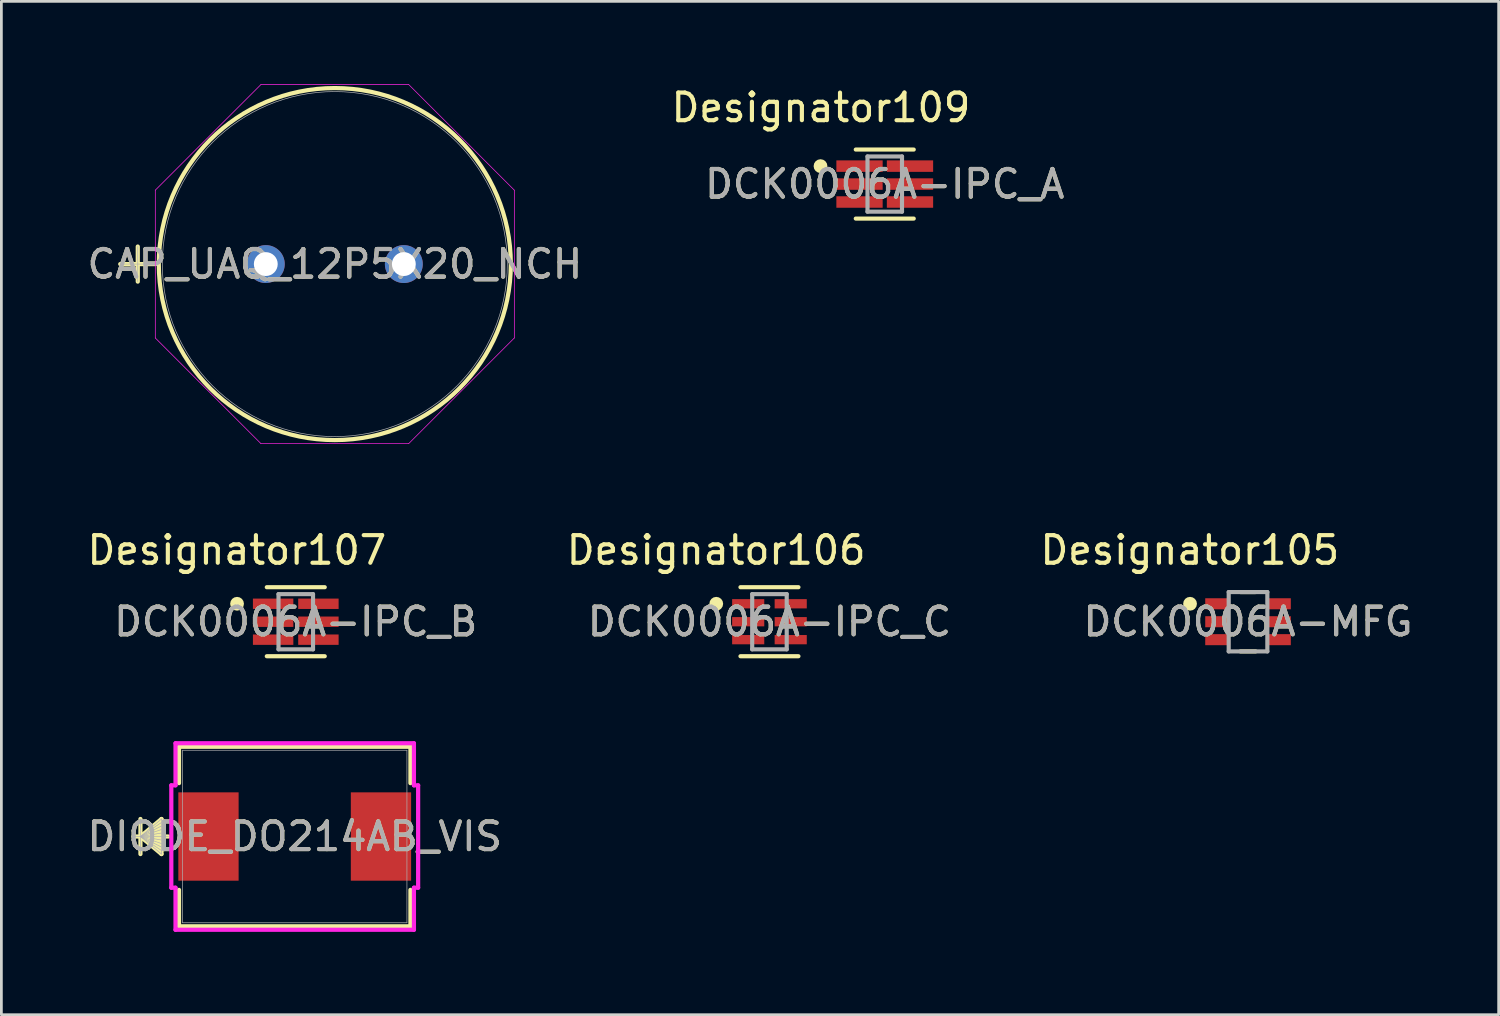
<source format=kicad_pcb>
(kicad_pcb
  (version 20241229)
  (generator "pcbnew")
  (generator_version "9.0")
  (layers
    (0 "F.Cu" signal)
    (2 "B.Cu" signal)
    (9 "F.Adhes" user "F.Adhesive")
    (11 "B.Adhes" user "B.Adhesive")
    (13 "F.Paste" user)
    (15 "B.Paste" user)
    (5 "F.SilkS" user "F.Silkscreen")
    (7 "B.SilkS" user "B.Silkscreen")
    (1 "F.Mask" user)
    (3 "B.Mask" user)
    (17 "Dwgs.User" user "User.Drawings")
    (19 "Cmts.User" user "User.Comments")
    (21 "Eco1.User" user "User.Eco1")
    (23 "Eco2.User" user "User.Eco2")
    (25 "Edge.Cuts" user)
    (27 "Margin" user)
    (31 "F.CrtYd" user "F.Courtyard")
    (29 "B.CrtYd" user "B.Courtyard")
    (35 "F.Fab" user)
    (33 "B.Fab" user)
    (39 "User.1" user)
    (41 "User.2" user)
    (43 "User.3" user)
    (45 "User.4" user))
  (footprint "DCK0006A-IPC_C"
    (layer "F.Cu")
    (at 24.82 19.469)
    (property "Reference" "DCK0006A-IPC_C" (at 0 0 0) (unlocked yes) (layer "F.SilkS") (effects (font (size 1 1) (thickness 0.15))))
    (attr smd)
    (fp_line (start -1.05 -1.25) (end 1.05 -1.25) (stroke (width 0.15) (type solid)) (layer "F.SilkS"))
    (fp_line (start -1.05 1.25) (end 1.05 1.25) (stroke (width 0.15) (type solid)) (layer "F.SilkS"))
    (fp_circle (center -1.927 -0.65) (end -1.802 -0.65) (stroke (width 0.25) (type solid)) (fill no) (layer "F.SilkS"))
    (fp_line (start -0.625 -1) (end 0.625 -1) (stroke (width 0.15) (type solid)) (layer "F.Fab"))
    (fp_line (start -0.625 1) (end -0.625 -1) (stroke (width 0.15) (type solid)) (layer "F.Fab"))
    (fp_line (start -0.625 1) (end 0.625 1) (stroke (width 0.15) (type solid)) (layer "F.Fab"))
    (fp_line (start 0.625 1) (end 0.625 -1) (stroke (width 0.15) (type solid)) (layer "F.Fab"))
    (fp_text user "Designator106" (at -1.93 -2.591 0) (unlocked yes) (layer "F.SilkS") (effects (font (size 1 1) (thickness 0.15))))
    (fp_text user "${REFERENCE}" (at 0 0 0) (unlocked yes) (layer "F.Fab") (effects (font (size 1 1) (thickness 0.15))))
    (pad "1" smd rect (at -0.77 -0.65) (size 1.164 0.336) (layers "F.Cu" "F.Mask" "F.Paste"))
    (pad "2" smd rect (at -0.77 0) (size 1.164 0.336) (layers "F.Cu" "F.Mask" "F.Paste"))
    (pad "3" smd rect (at -0.77 0.65) (size 1.164 0.336) (layers "F.Cu" "F.Mask" "F.Paste"))
    (pad "4" smd rect (at 0.77 0.65) (size 1.164 0.336) (layers "F.Cu" "F.Mask" "F.Paste"))
    (pad "5" smd rect (at 0.77 0) (size 1.164 0.336) (layers "F.Cu" "F.Mask" "F.Paste"))
    (pad "6" smd rect (at 0.77 -0.65) (size 1.164 0.336) (layers "F.Cu" "F.Mask" "F.Paste")))
  (footprint "DCK0006A-MFG"
    (layer "F.Cu")
    (at 42.154 19.469)
    (property "Reference" "DCK0006A-MFG" (at 0 0 0) (unlocked yes) (layer "F.SilkS") (effects (font (size 1 1) (thickness 0.15))))
    (attr smd)
    (fp_line (start -0.275 -1.075) (end 0.275 -1.075) (stroke (width 0.15) (type solid)) (layer "F.SilkS"))
    (fp_line (start -0.275 1.075) (end 0.275 1.075) (stroke (width 0.15) (type solid)) (layer "F.SilkS"))
    (fp_circle (center -2.1 -0.65) (end -1.975 -0.65) (stroke (width 0.25) (type solid)) (fill no) (layer "F.SilkS"))
    (fp_poly (pts (xy -1.475 0.475) (xy -0.725 0.475) (xy -0.675 0.525) (xy -0.675 0.775) (xy -0.725 0.825) (xy -1.475 0.825) (xy -1.525 0.775) (xy -1.525 0.525)) (stroke (width 0) (type solid)) (fill yes) (layer "F.Paste"))
    (fp_poly (pts (xy -0.675 -0.525) (xy -0.725 -0.475) (xy -1.475 -0.475) (xy -1.525 -0.525) (xy -1.525 -0.775) (xy -1.475 -0.825) (xy -0.725 -0.825) (xy -0.675 -0.775)) (stroke (width 0) (type solid)) (fill yes) (layer "F.Paste"))
    (fp_poly (pts (xy -0.675 -0.125) (xy -0.675 0.125) (xy -0.725 0.175) (xy -1.475 0.175) (xy -1.525 0.125) (xy -1.525 -0.125) (xy -1.475 -0.175) (xy -0.725 -0.175)) (stroke (width 0) (type solid)) (fill yes) (layer "F.Paste"))
    (fp_poly (pts (xy 0.725 -0.175) (xy 1.475 -0.175) (xy 1.525 -0.125) (xy 1.525 0.125) (xy 1.475 0.175) (xy 0.725 0.175) (xy 0.675 0.125) (xy 0.675 -0.125)) (stroke (width 0) (type solid)) (fill yes) (layer "F.Paste"))
    (fp_poly (pts (xy 1.475 -0.475) (xy 0.725 -0.475) (xy 0.675 -0.525) (xy 0.675 -0.775) (xy 0.725 -0.825) (xy 1.475 -0.825) (xy 1.525 -0.775) (xy 1.525 -0.525)) (stroke (width 0) (type solid)) (fill yes) (layer "F.Paste"))
    (fp_poly (pts (xy 1.475 0.475) (xy 1.525 0.525) (xy 1.525 0.775) (xy 1.475 0.825) (xy 0.725 0.825) (xy 0.675 0.775) (xy 0.675 0.525) (xy 0.725 0.475)) (stroke (width 0) (type solid)) (fill yes) (layer "F.Paste"))
    (fp_line (start -0.7 -1.075) (end 0.7 -1.075) (stroke (width 0.15) (type solid)) (layer "F.Fab"))
    (fp_line (start -0.7 1.075) (end -0.7 -1.075) (stroke (width 0.15) (type solid)) (layer "F.Fab"))
    (fp_line (start -0.7 1.075) (end 0.7 1.075) (stroke (width 0.15) (type solid)) (layer "F.Fab"))
    (fp_line (start 0.7 1.075) (end 0.7 -1.075) (stroke (width 0.15) (type solid)) (layer "F.Fab"))
    (fp_text user "Designator105" (at -2.108 -2.591 0) (unlocked yes) (layer "F.SilkS") (effects (font (size 1 1) (thickness 0.15))))
    (fp_text user "${REFERENCE}" (at 0 0 0) (unlocked yes) (layer "F.Fab") (effects (font (size 1 1) (thickness 0.15))))
    (pad "1" smd rect (at -1.1 -0.65) (size 0.9 0.4) (layers "F.Cu" "F.Mask"))
    (pad "2" smd rect (at -1.1 0) (size 0.9 0.4) (layers "F.Cu" "F.Mask"))
    (pad "3" smd rect (at -1.1 0.65) (size 0.9 0.4) (layers "F.Cu" "F.Mask"))
    (pad "4" smd rect (at 1.1 0.65) (size 0.9 0.4) (layers "F.Cu" "F.Mask"))
    (pad "5" smd rect (at 1.1 0) (size 0.9 0.4) (layers "F.Cu" "F.Mask"))
    (pad "6" smd rect (at 1.1 -0.65) (size 0.9 0.4) (layers "F.Cu" "F.Mask")))
  (footprint "DCK0006A-IPC_B"
    (layer "F.Cu")
    (at 7.663 19.469)
    (property "Reference" "DCK0006A-IPC_B" (at 0 0 0) (unlocked yes) (layer "F.SilkS") (effects (font (size 1 1) (thickness 0.15))))
    (attr smd)
    (fp_line (start -1.05 -1.25) (end 1.05 -1.25) (stroke (width 0.15) (type solid)) (layer "F.SilkS"))
    (fp_line (start -1.05 1.25) (end 1.05 1.25) (stroke (width 0.15) (type solid)) (layer "F.SilkS"))
    (fp_circle (center -2.127 -0.65) (end -2.002 -0.65) (stroke (width 0.25) (type solid)) (fill no) (layer "F.SilkS"))
    (fp_line (start -0.625 -1) (end 0.625 -1) (stroke (width 0.15) (type solid)) (layer "F.Fab"))
    (fp_line (start -0.625 1) (end -0.625 -1) (stroke (width 0.15) (type solid)) (layer "F.Fab"))
    (fp_line (start -0.625 1) (end 0.625 1) (stroke (width 0.15) (type solid)) (layer "F.Fab"))
    (fp_line (start 0.625 1) (end 0.625 -1) (stroke (width 0.15) (type solid)) (layer "F.Fab"))
    (fp_text user "Designator107" (at -2.134 -2.591 0) (unlocked yes) (layer "F.SilkS") (effects (font (size 1 1) (thickness 0.15))))
    (fp_text user "${REFERENCE}" (at 0 0 0) (unlocked yes) (layer "F.Fab") (effects (font (size 1 1) (thickness 0.15))))
    (pad "1" smd rect (at -0.82 -0.65) (size 1.464 0.376) (layers "F.Cu" "F.Mask" "F.Paste"))
    (pad "2" smd rect (at -0.82 0) (size 1.464 0.376) (layers "F.Cu" "F.Mask" "F.Paste"))
    (pad "3" smd rect (at -0.82 0.65) (size 1.464 0.376) (layers "F.Cu" "F.Mask" "F.Paste"))
    (pad "4" smd rect (at 0.82 0.65) (size 1.464 0.376) (layers "F.Cu" "F.Mask" "F.Paste"))
    (pad "5" smd rect (at 0.82 0) (size 1.464 0.376) (layers "F.Cu" "F.Mask" "F.Paste"))
    (pad "6" smd rect (at 0.82 -0.65) (size 1.464 0.376) (layers "F.Cu" "F.Mask" "F.Paste")))
  (footprint "DCK0006A-IPC_A"
    (layer "F.Cu")
    (at 28.996 3.617)
    (property "Reference" "DCK0006A-IPC_A" (at 0 0 0) (unlocked yes) (layer "F.SilkS") (effects (font (size 1 1) (thickness 0.15))))
    (attr smd)
    (fp_line (start -1.05 -1.25) (end 1.05 -1.25) (stroke (width 0.15) (type solid)) (layer "F.SilkS"))
    (fp_line (start -1.05 1.25) (end 1.05 1.25) (stroke (width 0.15) (type solid)) (layer "F.SilkS"))
    (fp_circle (center -2.327 -0.65) (end -2.202 -0.65) (stroke (width 0.25) (type solid)) (fill no) (layer "F.SilkS"))
    (fp_line (start -0.625 -1) (end 0.625 -1) (stroke (width 0.15) (type solid)) (layer "F.Fab"))
    (fp_line (start -0.625 1) (end -0.625 -1) (stroke (width 0.15) (type solid)) (layer "F.Fab"))
    (fp_line (start -0.625 1) (end 0.625 1) (stroke (width 0.15) (type solid)) (layer "F.Fab"))
    (fp_line (start 0.625 1) (end 0.625 -1) (stroke (width 0.15) (type solid)) (layer "F.Fab"))
    (fp_text user "Designator109" (at -2.311 -2.769 0) (unlocked yes) (layer "F.SilkS") (effects (font (size 1 1) (thickness 0.15))))
    (fp_text user "${REFERENCE}" (at 0 0 0) (unlocked yes) (layer "F.Fab") (effects (font (size 1 1) (thickness 0.15))))
    (pad "1" smd rect (at -0.914 -0.65) (size 1.677 0.416) (layers "F.Cu" "F.Mask" "F.Paste"))
    (pad "2" smd rect (at -0.914 0) (size 1.677 0.416) (layers "F.Cu" "F.Mask" "F.Paste"))
    (pad "3" smd rect (at -0.914 0.65) (size 1.677 0.416) (layers "F.Cu" "F.Mask" "F.Paste"))
    (pad "4" smd rect (at 0.914 0.65) (size 1.677 0.416) (layers "F.Cu" "F.Mask" "F.Paste"))
    (pad "5" smd rect (at 0.914 0) (size 1.677 0.416) (layers "F.Cu" "F.Mask" "F.Paste"))
    (pad "6" smd rect (at 0.914 -0.65) (size 1.677 0.416) (layers "F.Cu" "F.Mask" "F.Paste")))
  (footprint "DIODE_DO214AB_VIS"
    (layer "F.Cu")
    (at 7.625 27.249)
    (property "Reference" "DIODE_DO214AB_VIS" (at 0 0 0) (unlocked yes) (layer "F.SilkS") (effects (font (size 1 1) (thickness 0.15))))
    (attr smd)
    (fp_line (start -5.588 -0.635) (end -5.588 0.635) (stroke (width 0.152) (type solid)) (layer "F.SilkS"))
    (fp_line (start -5.588 0) (end -4.826 -0.635) (stroke (width 0.152) (type solid)) (layer "F.SilkS"))
    (fp_line (start -5.588 0) (end -4.826 -0.508) (stroke (width 0.152) (type solid)) (layer "F.SilkS"))
    (fp_line (start -5.588 0) (end -4.826 -0.381) (stroke (width 0.152) (type solid)) (layer "F.SilkS"))
    (fp_line (start -5.588 0) (end -4.826 -0.254) (stroke (width 0.152) (type solid)) (layer "F.SilkS"))
    (fp_line (start -5.588 0) (end -4.826 -0.127) (stroke (width 0.152) (type solid)) (layer "F.SilkS"))
    (fp_line (start -5.588 0) (end -4.826 0.127) (stroke (width 0.152) (type solid)) (layer "F.SilkS"))
    (fp_line (start -5.588 0) (end -4.826 0.254) (stroke (width 0.152) (type solid)) (layer "F.SilkS"))
    (fp_line (start -5.588 0) (end -4.826 0.381) (stroke (width 0.152) (type solid)) (layer "F.SilkS"))
    (fp_line (start -5.588 0) (end -4.826 0.508) (stroke (width 0.152) (type solid)) (layer "F.SilkS"))
    (fp_line (start -5.588 0) (end -4.826 0.635) (stroke (width 0.152) (type solid)) (layer "F.SilkS"))
    (fp_line (start -4.826 -0.635) (end -4.826 0.635) (stroke (width 0.152) (type solid)) (layer "F.SilkS"))
    (fp_line (start -4.572 0) (end -5.842 0) (stroke (width 0.152) (type solid)) (layer "F.SilkS"))
    (fp_line (start -4.191 -3.251) (end -4.191 -1.933) (stroke (width 0.152) (type solid)) (layer "F.SilkS"))
    (fp_line (start -4.191 1.933) (end -4.191 3.251) (stroke (width 0.152) (type solid)) (layer "F.SilkS"))
    (fp_line (start -4.191 3.251) (end 4.191 3.251) (stroke (width 0.152) (type solid)) (layer "F.SilkS"))
    (fp_line (start 4.191 -3.251) (end -4.191 -3.251) (stroke (width 0.152) (type solid)) (layer "F.SilkS"))
    (fp_line (start 4.191 -1.933) (end 4.191 -3.251) (stroke (width 0.152) (type solid)) (layer "F.SilkS"))
    (fp_line (start 4.191 3.251) (end 4.191 1.933) (stroke (width 0.152) (type solid)) (layer "F.SilkS"))
    (fp_line (start -4.47 -1.854) (end -4.318 -1.854) (stroke (width 0.152) (type solid)) (layer "F.CrtYd"))
    (fp_line (start -4.47 1.854) (end -4.47 -1.854) (stroke (width 0.152) (type solid)) (layer "F.CrtYd"))
    (fp_line (start -4.318 -3.378) (end 4.318 -3.378) (stroke (width 0.152) (type solid)) (layer "F.CrtYd"))
    (fp_line (start -4.318 -1.854) (end -4.318 -3.378) (stroke (width 0.152) (type solid)) (layer "F.CrtYd"))
    (fp_line (start -4.318 1.854) (end -4.47 1.854) (stroke (width 0.152) (type solid)) (layer "F.CrtYd"))
    (fp_line (start -4.318 3.378) (end -4.318 1.854) (stroke (width 0.152) (type solid)) (layer "F.CrtYd"))
    (fp_line (start 4.318 -3.378) (end 4.318 -1.854) (stroke (width 0.152) (type solid)) (layer "F.CrtYd"))
    (fp_line (start 4.318 -1.854) (end 4.47 -1.854) (stroke (width 0.152) (type solid)) (layer "F.CrtYd"))
    (fp_line (start 4.318 1.854) (end 4.318 3.378) (stroke (width 0.152) (type solid)) (layer "F.CrtYd"))
    (fp_line (start 4.318 3.378) (end -4.318 3.378) (stroke (width 0.152) (type solid)) (layer "F.CrtYd"))
    (fp_line (start 4.47 -1.854) (end 4.47 1.854) (stroke (width 0.152) (type solid)) (layer "F.CrtYd"))
    (fp_line (start 4.47 1.854) (end 4.318 1.854) (stroke (width 0.152) (type solid)) (layer "F.CrtYd"))
    (fp_line (start -5.588 -0.635) (end -5.588 0.635) (stroke (width 0.025) (type solid)) (layer "F.Fab"))
    (fp_line (start -5.588 0) (end -4.826 -0.635) (stroke (width 0.025) (type solid)) (layer "F.Fab"))
    (fp_line (start -5.588 0) (end -4.826 -0.508) (stroke (width 0.025) (type solid)) (layer "F.Fab"))
    (fp_line (start -5.588 0) (end -4.826 -0.381) (stroke (width 0.025) (type solid)) (layer "F.Fab"))
    (fp_line (start -5.588 0) (end -4.826 -0.254) (stroke (width 0.025) (type solid)) (layer "F.Fab"))
    (fp_line (start -5.588 0) (end -4.826 -0.127) (stroke (width 0.025) (type solid)) (layer "F.Fab"))
    (fp_line (start -5.588 0) (end -4.826 0.127) (stroke (width 0.025) (type solid)) (layer "F.Fab"))
    (fp_line (start -5.588 0) (end -4.826 0.254) (stroke (width 0.025) (type solid)) (layer "F.Fab"))
    (fp_line (start -5.588 0) (end -4.826 0.381) (stroke (width 0.025) (type solid)) (layer "F.Fab"))
    (fp_line (start -5.588 0) (end -4.826 0.508) (stroke (width 0.025) (type solid)) (layer "F.Fab"))
    (fp_line (start -5.588 0) (end -4.826 0.635) (stroke (width 0.025) (type solid)) (layer "F.Fab"))
    (fp_line (start -4.826 -0.635) (end -4.826 0.635) (stroke (width 0.025) (type solid)) (layer "F.Fab"))
    (fp_line (start -4.572 0) (end -5.842 0) (stroke (width 0.025) (type solid)) (layer "F.Fab"))
    (fp_line (start -4.064 -3.124) (end -4.064 3.124) (stroke (width 0.025) (type solid)) (layer "F.Fab"))
    (fp_line (start -4.064 3.124) (end 4.064 3.124) (stroke (width 0.025) (type solid)) (layer "F.Fab"))
    (fp_line (start 4.064 -3.124) (end -4.064 -3.124) (stroke (width 0.025) (type solid)) (layer "F.Fab"))
    (fp_line (start 4.064 3.124) (end 4.064 -3.124) (stroke (width 0.025) (type solid)) (layer "F.Fab"))
    (fp_text user "${REFERENCE}" (at 0 0 0) (unlocked yes) (layer "F.Fab") (effects (font (size 1 1) (thickness 0.15))))
    (pad "1" smd rect (at -3.124 0 90) (size 3.2 2.184) (layers "F.Cu" "F.Mask" "F.Paste"))
    (pad "2" smd rect (at 3.124 0 90) (size 3.2 2.184) (layers "F.Cu" "F.Mask" "F.Paste"))
    (zone (net_name "") (layer "F.Cu") (hatch full 0.508) (connect_pads) (min_thickness 0.254) (filled_areas_thickness no) (keepout (tracks not_allowed) (vias not_allowed) (pads allowed) (copperpour not_allowed) (footprints allowed)) (placement (enabled no)) (fill) (polygon (pts (xy 3.612 24.175) (xy 11.638 24.175) (xy 11.638 25.598) (xy 3.612 25.598))))
    (zone (net_name "") (layer "F.Cu") (hatch full 0.508) (connect_pads) (min_thickness 0.254) (filled_areas_thickness no) (keepout (tracks not_allowed) (vias not_allowed) (pads allowed) (copperpour not_allowed) (footprints allowed)) (placement (enabled no)) (fill) (polygon (pts (xy 3.612 28.9) (xy 11.638 28.9) (xy 11.638 30.322) (xy 3.612 30.322))))
    (zone (net_name "") (layer "F.Cu") (hatch full 0.508) (connect_pads) (min_thickness 0.254) (filled_areas_thickness no) (keepout (tracks not_allowed) (vias not_allowed) (pads allowed) (copperpour not_allowed) (footprints allowed)) (placement (enabled no)) (fill) (polygon (pts (xy 5.644 25.598) (xy 9.606 25.598) (xy 9.606 28.9) (xy 5.644 28.9)))))
  (footprint "CAP_UAQ_12P5X20_NCH"
    (layer "F.Cu")
    (at 6.577 6.515)
    (property "Reference" "CAP_UAQ_12P5X20_NCH" (at 2.5 0 0) (unlocked yes) (layer "F.SilkS") (effects (font (size 1 1) (thickness 0.15))))
    (attr through_hole)
    (fp_line (start -5.272 0) (end -4.002 0) (stroke (width 0.152) (type solid)) (layer "F.SilkS"))
    (fp_line (start -4.637 -0.635) (end -4.637 0.635) (stroke (width 0.152) (type solid)) (layer "F.SilkS"))
    (fp_circle (center 2.5 0) (end 8.875 0) (stroke (width 0.152) (type solid)) (fill no) (layer "F.SilkS"))
    (fp_line (start -4.002 -2.677) (end -0.177 -6.502) (stroke (width 0.025) (type solid)) (layer "F.CrtYd"))
    (fp_line (start -4.002 2.677) (end -4.002 -2.677) (stroke (width 0.025) (type solid)) (layer "F.CrtYd"))
    (fp_line (start -0.177 -6.502) (end 5.177 -6.502) (stroke (width 0.025) (type solid)) (layer "F.CrtYd"))
    (fp_line (start -0.177 6.502) (end -4.002 2.677) (stroke (width 0.025) (type solid)) (layer "F.CrtYd"))
    (fp_line (start 5.177 -6.502) (end 9.002 -2.677) (stroke (width 0.025) (type solid)) (layer "F.CrtYd"))
    (fp_line (start 5.177 6.502) (end -0.177 6.502) (stroke (width 0.025) (type solid)) (layer "F.CrtYd"))
    (fp_line (start 9.002 -2.677) (end 9.002 2.677) (stroke (width 0.025) (type solid)) (layer "F.CrtYd"))
    (fp_line (start 9.002 2.677) (end 5.177 6.502) (stroke (width 0.025) (type solid)) (layer "F.CrtYd"))
    (fp_line (start -5.272 0) (end -4.002 0) (stroke (width 0.025) (type solid)) (layer "F.Fab"))
    (fp_line (start -4.637 -0.635) (end -4.637 0.635) (stroke (width 0.025) (type solid)) (layer "F.Fab"))
    (fp_circle (center 2.5 0) (end 8.748 0) (stroke (width 0.025) (type solid)) (fill no) (layer "F.Fab"))
    (fp_text user "${REFERENCE}" (at 2.5 0 0) (unlocked yes) (layer "F.Fab") (effects (font (size 1 1) (thickness 0.15))))
    (pad "1" thru_hole circle (at 0 0) (size 1.372 1.372) (drill 0.864) (layers "*.Cu" "*.Mask"))
    (pad "2" thru_hole circle (at 5 0) (size 1.372 1.372) (drill 0.864) (layers "*.Cu" "*.Mask")))
  (gr_rect
    (start -3 -3)
    (end 51.232 33.703)
    (stroke (width 0.1) (type default))
    (fill no)
    (layer "Edge.Cuts")))
</source>
